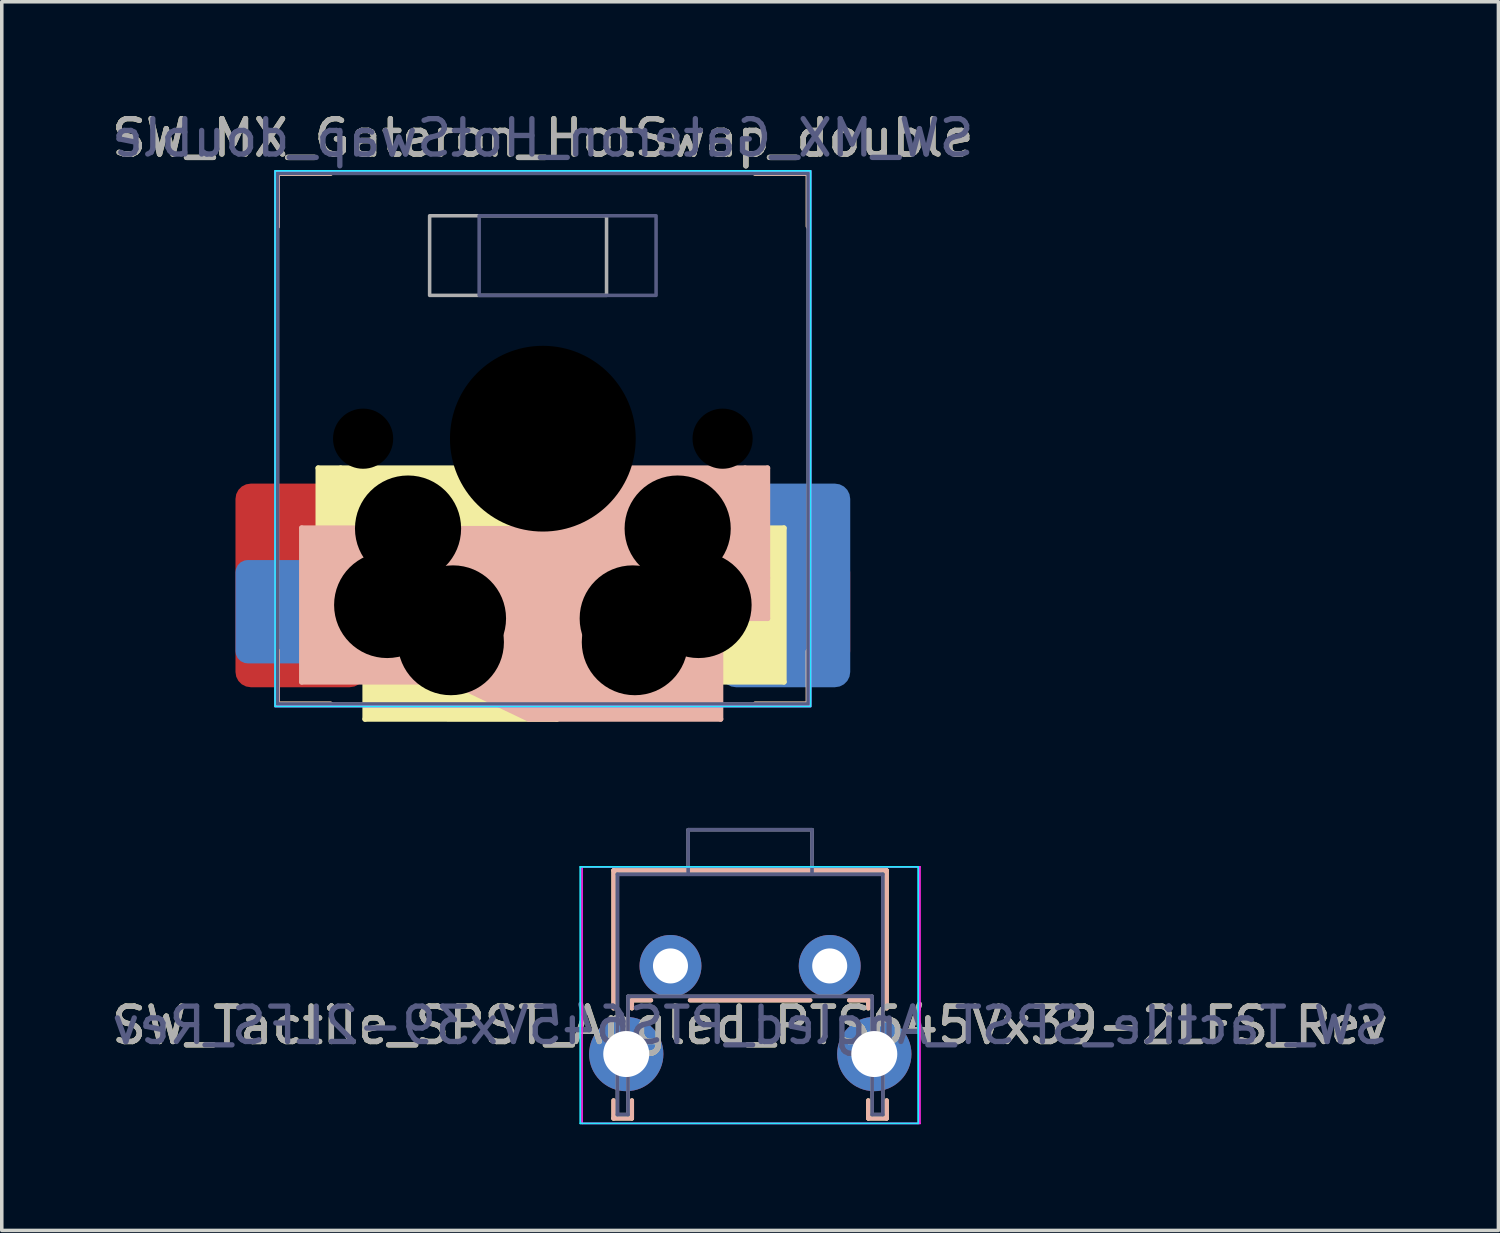
<source format=kicad_pcb>
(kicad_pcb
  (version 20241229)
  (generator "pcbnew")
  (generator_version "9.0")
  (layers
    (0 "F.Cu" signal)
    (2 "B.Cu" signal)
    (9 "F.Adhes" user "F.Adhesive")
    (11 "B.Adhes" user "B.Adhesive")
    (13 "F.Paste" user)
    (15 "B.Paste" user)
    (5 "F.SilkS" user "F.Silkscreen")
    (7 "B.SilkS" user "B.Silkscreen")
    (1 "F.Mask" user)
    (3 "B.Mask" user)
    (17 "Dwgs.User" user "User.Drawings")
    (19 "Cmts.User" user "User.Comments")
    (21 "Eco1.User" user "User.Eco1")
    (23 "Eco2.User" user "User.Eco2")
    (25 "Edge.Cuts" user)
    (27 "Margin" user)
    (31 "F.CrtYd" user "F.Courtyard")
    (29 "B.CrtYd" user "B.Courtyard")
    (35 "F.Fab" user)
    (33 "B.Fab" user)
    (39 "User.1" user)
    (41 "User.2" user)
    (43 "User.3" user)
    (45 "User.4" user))
  (footprint "SW_Tactile_SPST_Angled_PTS645Vx39-2LFS_Rev"
    (layer "F.Cu")
    (at 15.899 24.249)
    (property "Reference" "SW_Tactile_SPST_Angled_PTS645Vx39-2LFS_Rev" (at 2.25 1.68 0) (layer "F.SilkS") (effects (font (size 1 1) (thickness 0.15))))
    (attr through_hole)
    (fp_line (start -1.61 -2.7) (end -1.61 1.2) (stroke (width 0.12) (type solid)) (layer "F.SilkS"))
    (fp_line (start -1.61 -2.7) (end 6.11 -2.7) (stroke (width 0.12) (type solid)) (layer "F.SilkS"))
    (fp_line (start -1.61 3.8) (end -1.61 4.31) (stroke (width 0.12) (type solid)) (layer "F.SilkS"))
    (fp_line (start -1.61 4.31) (end -1.09 4.31) (stroke (width 0.12) (type solid)) (layer "F.SilkS"))
    (fp_line (start -1.09 0.97) (end -1.09 1.2) (stroke (width 0.12) (type solid)) (layer "F.SilkS"))
    (fp_line (start -1.09 0.97) (end -0.55 0.97) (stroke (width 0.12) (type solid)) (layer "F.SilkS"))
    (fp_line (start -1.09 3.8) (end -1.09 4.31) (stroke (width 0.12) (type solid)) (layer "F.SilkS"))
    (fp_line (start 0.55 0.97) (end 3.95 0.97) (stroke (width 0.12) (type solid)) (layer "F.SilkS"))
    (fp_line (start 5.05 0.97) (end 5.59 0.97) (stroke (width 0.12) (type solid)) (layer "F.SilkS"))
    (fp_line (start 5.59 0.97) (end 5.59 1.2) (stroke (width 0.12) (type solid)) (layer "F.SilkS"))
    (fp_line (start 5.59 3.8) (end 5.59 4.31) (stroke (width 0.12) (type solid)) (layer "F.SilkS"))
    (fp_line (start 5.59 4.31) (end 6.11 4.31) (stroke (width 0.12) (type solid)) (layer "F.SilkS"))
    (fp_line (start 6.11 -2.7) (end 6.11 1.2) (stroke (width 0.12) (type solid)) (layer "F.SilkS"))
    (fp_line (start 6.11 3.8) (end 6.11 4.31) (stroke (width 0.12) (type solid)) (layer "F.SilkS"))
    (fp_line (start -1.61 -2.7) (end -1.61 1.2) (stroke (width 0.12) (type solid)) (layer "B.SilkS"))
    (fp_line (start -1.61 3.8) (end -1.61 4.31) (stroke (width 0.12) (type solid)) (layer "B.SilkS"))
    (fp_line (start -1.09 0.97) (end -1.09 1.2) (stroke (width 0.12) (type solid)) (layer "B.SilkS"))
    (fp_line (start -1.09 3.8) (end -1.09 4.31) (stroke (width 0.12) (type solid)) (layer "B.SilkS"))
    (fp_line (start -1.09 4.31) (end -1.61 4.31) (stroke (width 0.12) (type solid)) (layer "B.SilkS"))
    (fp_line (start -0.55 0.97) (end -1.09 0.97) (stroke (width 0.12) (type solid)) (layer "B.SilkS"))
    (fp_line (start 3.95 0.97) (end 0.55 0.97) (stroke (width 0.12) (type solid)) (layer "B.SilkS"))
    (fp_line (start 5.59 0.97) (end 5.05 0.97) (stroke (width 0.12) (type solid)) (layer "B.SilkS"))
    (fp_line (start 5.59 0.97) (end 5.59 1.2) (stroke (width 0.12) (type solid)) (layer "B.SilkS"))
    (fp_line (start 5.59 3.8) (end 5.59 4.31) (stroke (width 0.12) (type solid)) (layer "B.SilkS"))
    (fp_line (start 6.11 -2.7) (end -1.61 -2.7) (stroke (width 0.12) (type solid)) (layer "B.SilkS"))
    (fp_line (start 6.11 -2.7) (end 6.11 1.2) (stroke (width 0.12) (type solid)) (layer "B.SilkS"))
    (fp_line (start 6.11 3.8) (end 6.11 4.31) (stroke (width 0.12) (type solid)) (layer "B.SilkS"))
    (fp_line (start 6.11 4.31) (end 5.59 4.31) (stroke (width 0.12) (type solid)) (layer "B.SilkS"))
    (fp_line (start -2.55 -2.8) (end -2.55 4.45) (stroke (width 0.05) (type solid)) (layer "B.CrtYd"))
    (fp_line (start -2.55 4.45) (end 7 4.45) (stroke (width 0.05) (type solid)) (layer "B.CrtYd"))
    (fp_line (start 7 -2.8) (end -2.55 -2.8) (stroke (width 0.05) (type solid)) (layer "B.CrtYd"))
    (fp_line (start 7 4.45) (end 7 -2.8) (stroke (width 0.05) (type solid)) (layer "B.CrtYd"))
    (fp_line (start -2.5 -2.8) (end 7.05 -2.8) (stroke (width 0.05) (type solid)) (layer "F.CrtYd"))
    (fp_line (start -2.5 4.45) (end -2.5 -2.8) (stroke (width 0.05) (type solid)) (layer "F.CrtYd"))
    (fp_line (start 7.05 -2.8) (end 7.05 4.45) (stroke (width 0.05) (type solid)) (layer "F.CrtYd"))
    (fp_line (start 7.05 4.45) (end -2.5 4.45) (stroke (width 0.05) (type solid)) (layer "F.CrtYd"))
    (fp_line (start -1.5 4.2) (end -1.5 -2.59) (stroke (width 0.1) (type solid)) (layer "B.Fab"))
    (fp_line (start -1.2 4.2) (end -1.5 4.2) (stroke (width 0.1) (type solid)) (layer "B.Fab"))
    (fp_line (start -1.2 4.2) (end -1.2 0.86) (stroke (width 0.1) (type solid)) (layer "B.Fab"))
    (fp_line (start 0.5 -3.85) (end 0.5 -2.59) (stroke (width 0.1) (type solid)) (layer "B.Fab"))
    (fp_line (start 4 -3.85) (end 0.5 -3.85) (stroke (width 0.1) (type solid)) (layer "B.Fab"))
    (fp_line (start 4 -3.85) (end 4 -2.59) (stroke (width 0.1) (type solid)) (layer "B.Fab"))
    (fp_line (start 5.7 0.86) (end -1.2 0.86) (stroke (width 0.1) (type solid)) (layer "B.Fab"))
    (fp_line (start 5.7 4.2) (end 5.7 0.86) (stroke (width 0.1) (type solid)) (layer "B.Fab"))
    (fp_line (start 6 -2.59) (end -1.5 -2.59) (stroke (width 0.1) (type solid)) (layer "B.Fab"))
    (fp_line (start 6 4.2) (end 5.7 4.2) (stroke (width 0.1) (type solid)) (layer "B.Fab"))
    (fp_line (start 6 4.2) (end 6 -2.59) (stroke (width 0.1) (type solid)) (layer "B.Fab"))
    (fp_line (start -1.5 -2.59) (end 6 -2.59) (stroke (width 0.1) (type solid)) (layer "F.Fab"))
    (fp_line (start -1.5 4.2) (end -1.5 -2.59) (stroke (width 0.1) (type solid)) (layer "F.Fab"))
    (fp_line (start -1.5 4.2) (end -1.2 4.2) (stroke (width 0.1) (type solid)) (layer "F.Fab"))
    (fp_line (start -1.2 0.86) (end 5.7 0.86) (stroke (width 0.1) (type solid)) (layer "F.Fab"))
    (fp_line (start -1.2 4.2) (end -1.2 0.86) (stroke (width 0.1) (type solid)) (layer "F.Fab"))
    (fp_line (start 0.5 -3.85) (end 0.5 -2.59) (stroke (width 0.1) (type solid)) (layer "F.Fab"))
    (fp_line (start 0.5 -3.85) (end 4 -3.85) (stroke (width 0.1) (type solid)) (layer "F.Fab"))
    (fp_line (start 4 -3.85) (end 4 -2.59) (stroke (width 0.1) (type solid)) (layer "F.Fab"))
    (fp_line (start 5.7 4.2) (end 5.7 0.86) (stroke (width 0.1) (type solid)) (layer "F.Fab"))
    (fp_line (start 5.7 4.2) (end 6 4.2) (stroke (width 0.1) (type solid)) (layer "F.Fab"))
    (fp_line (start 6 4.2) (end 6 -2.59) (stroke (width 0.1) (type solid)) (layer "F.Fab"))
    (fp_text user "${REFERENCE}" (at 2.25 1.68 0) (layer "B.Fab") (effects (font (size 1 1) (thickness 0.15)) (justify mirror)))
    (fp_text user "${REFERENCE}" (at 2.25 1.68 0) (layer "F.Fab") (effects (font (size 1 1) (thickness 0.15))))
    (pad "" thru_hole circle (at -1.25 2.49) (size 2.1 2.1) (drill 1.3) (layers "*.Cu" "*.Mask"))
    (pad "" thru_hole circle (at 5.76 2.49) (size 2.1 2.1) (drill 1.3) (layers "*.Cu" "*.Mask"))
    (pad "1" thru_hole circle (at 0 0) (size 1.75 1.75) (drill 0.99) (layers "*.Cu" "*.Mask"))
    (pad "2" thru_hole circle (at 4.5 0) (size 1.75 1.75) (drill 0.99) (layers "*.Cu" "*.Mask")))
  (footprint "SW_MX_Gateron_HotSwap_double"
    (layer "F.Cu")
    (at 12.292 9.348)
    (property "Reference" "SW_MX_Gateron_HotSwap_double" (at 0 -8.5 0) (unlocked yes) (layer "F.SilkS") (effects (font (size 1 1) (thickness 0.15))))
    (attr through_hole)
    (fp_line (start -7.5 -7.5) (end -7.5 -6) (stroke (width 0.14) (type solid)) (layer "F.SilkS"))
    (fp_line (start -7.5 -7.5) (end -6 -7.5) (stroke (width 0.14) (type solid)) (layer "F.SilkS"))
    (fp_line (start -7.5 7.5) (end -7.5 6) (stroke (width 0.14) (type solid)) (layer "F.SilkS"))
    (fp_line (start -7.5 7.5) (end -6 7.5) (stroke (width 0.14) (type solid)) (layer "F.SilkS"))
    (fp_line (start -6.35 0.83) (end -6.35 3.937) (stroke (width 0.15) (type solid)) (layer "F.SilkS"))
    (fp_line (start -6.35 0.83) (end -5.715 0.83) (stroke (width 0.15) (type solid)) (layer "F.SilkS"))
    (fp_line (start -6.35 3.937) (end -6.35 5.08) (stroke (width 0.15) (type solid)) (layer "F.SilkS"))
    (fp_line (start -6.35 5.08) (end -3.937 5.08) (stroke (width 0.15) (type solid)) (layer "F.SilkS"))
    (fp_line (start -5.715 0.83) (end -2.413 0.83) (stroke (width 0.15) (type solid)) (layer "F.SilkS"))
    (fp_line (start -5.025 3.575) (end -5.025 7.925) (stroke (width 0.15) (type solid)) (layer "F.SilkS"))
    (fp_line (start -5.025 3.575) (end 0.395 3.575) (stroke (width 0.15) (type solid)) (layer "F.SilkS"))
    (fp_line (start -5.025 7.925) (end 0.395 7.926) (stroke (width 0.15) (type solid)) (layer "F.SilkS"))
    (fp_line (start 2.595 2.525) (end 0.395 3.575) (stroke (width 0.15) (type solid)) (layer "F.SilkS"))
    (fp_line (start 2.595 6.875) (end 0.395 7.925) (stroke (width 0.15) (type solid)) (layer "F.SilkS"))
    (fp_line (start 5.08 2.54) (end 0 2.54) (stroke (width 0.15) (type solid)) (layer "F.SilkS"))
    (fp_line (start 5.08 2.54) (end 5.08 6.477) (stroke (width 0.15) (type solid)) (layer "F.SilkS"))
    (fp_line (start 5.08 6.477) (end 5.08 6.79) (stroke (width 0.15) (type solid)) (layer "F.SilkS"))
    (fp_line (start 5.08 6.79) (end -1.421 6.79) (stroke (width 0.15) (type solid)) (layer "F.SilkS"))
    (fp_line (start 6.815 2.525) (end 2.595 2.525) (stroke (width 0.15) (type solid)) (layer "F.SilkS"))
    (fp_line (start 6.815 2.525) (end 6.815 6.875) (stroke (width 0.15) (type solid)) (layer "F.SilkS"))
    (fp_line (start 6.815 6.875) (end 2.595 6.875) (stroke (width 0.15) (type solid)) (layer "F.SilkS"))
    (fp_line (start 7.5 -7.5) (end 6 -7.5) (stroke (width 0.14) (type solid)) (layer "F.SilkS"))
    (fp_line (start 7.5 -7.5) (end 7.5 -6) (stroke (width 0.14) (type solid)) (layer "F.SilkS"))
    (fp_line (start 7.5 7.5) (end 6 7.5) (stroke (width 0.14) (type solid)) (layer "F.SilkS"))
    (fp_line (start 7.5 7.5) (end 7.5 6) (stroke (width 0.14) (type solid)) (layer "F.SilkS"))
    (fp_arc (start -3.937 5.08) (mid -2.403572 5.529859) (end -1.420812 6.79) (stroke (width 0.15) (type solid)) (layer "F.SilkS"))
    (fp_arc (start 0 2.54) (mid -1.480188 2.071204) (end -2.413 0.83) (stroke (width 0.15) (type solid)) (layer "F.SilkS"))
    (fp_poly (pts (xy -3.937 5.08) (xy -1.421 6.79) (xy 6.815 6.875) (xy 6.815 2.525) (xy 0 2.54) (xy -2.413 0.83) (xy -6.35 0.83) (xy -6.35 5.08)) (stroke (width 0.1) (type solid)) (fill yes) (layer "F.SilkS"))
    (fp_poly (pts (xy -5.025 3.575) (xy 0.395 3.575) (xy 2.54 2.54) (xy 5.08 2.54) (xy 5.08 6.79) (xy 2.595 6.875) (xy 0.395 7.925) (xy 0.395 7.926) (xy -0.405 7.926) (xy -0.405 7.925) (xy -5.025 7.925)) (stroke (width 0.1) (type solid)) (fill yes) (layer "F.SilkS"))
    (fp_line (start -7.5 -7.5) (end -7.5 -6) (stroke (width 0.14) (type solid)) (layer "B.SilkS"))
    (fp_line (start -7.5 -7.5) (end -6 -7.5) (stroke (width 0.14) (type solid)) (layer "B.SilkS"))
    (fp_line (start -7.5 7.5) (end -7.5 6) (stroke (width 0.14) (type solid)) (layer "B.SilkS"))
    (fp_line (start -7.5 7.5) (end -6 7.5) (stroke (width 0.14) (type solid)) (layer "B.SilkS"))
    (fp_line (start -6.815 2.525) (end -6.815 6.875) (stroke (width 0.15) (type solid)) (layer "B.SilkS"))
    (fp_line (start -6.815 2.525) (end -2.595 2.525) (stroke (width 0.15) (type solid)) (layer "B.SilkS"))
    (fp_line (start -6.815 6.875) (end -2.595 6.875) (stroke (width 0.15) (type solid)) (layer "B.SilkS"))
    (fp_line (start -5.08 2.54) (end -5.08 6.477) (stroke (width 0.15) (type solid)) (layer "B.SilkS"))
    (fp_line (start -5.08 2.54) (end 0 2.54) (stroke (width 0.15) (type solid)) (layer "B.SilkS"))
    (fp_line (start -5.08 6.477) (end -5.08 6.79) (stroke (width 0.15) (type solid)) (layer "B.SilkS"))
    (fp_line (start -5.08 6.79) (end 1.421 6.79) (stroke (width 0.15) (type solid)) (layer "B.SilkS"))
    (fp_line (start -2.595 2.525) (end -0.395 3.575) (stroke (width 0.15) (type solid)) (layer "B.SilkS"))
    (fp_line (start -2.595 6.875) (end -0.395 7.925) (stroke (width 0.15) (type solid)) (layer "B.SilkS"))
    (fp_line (start 5.025 3.575) (end -0.395 3.575) (stroke (width 0.15) (type solid)) (layer "B.SilkS"))
    (fp_line (start 5.025 3.575) (end 5.025 7.925) (stroke (width 0.15) (type solid)) (layer "B.SilkS"))
    (fp_line (start 5.025 7.925) (end -0.395 7.925) (stroke (width 0.15) (type solid)) (layer "B.SilkS"))
    (fp_line (start 5.715 0.83) (end 2.413 0.83) (stroke (width 0.15) (type solid)) (layer "B.SilkS"))
    (fp_line (start 6.35 0.83) (end 5.715 0.83) (stroke (width 0.15) (type solid)) (layer "B.SilkS"))
    (fp_line (start 6.35 0.83) (end 6.35 3.937) (stroke (width 0.15) (type solid)) (layer "B.SilkS"))
    (fp_line (start 6.35 3.937) (end 6.35 5.08) (stroke (width 0.15) (type solid)) (layer "B.SilkS"))
    (fp_line (start 6.35 5.08) (end 3.937 5.08) (stroke (width 0.15) (type solid)) (layer "B.SilkS"))
    (fp_line (start 7.5 -7.5) (end 6 -7.5) (stroke (width 0.14) (type solid)) (layer "B.SilkS"))
    (fp_line (start 7.5 -7.5) (end 7.5 -6) (stroke (width 0.14) (type solid)) (layer "B.SilkS"))
    (fp_line (start 7.5 7.5) (end 6 7.5) (stroke (width 0.14) (type solid)) (layer "B.SilkS"))
    (fp_line (start 7.5 7.5) (end 7.5 6) (stroke (width 0.14) (type solid)) (layer "B.SilkS"))
    (fp_arc (start 1.420812 6.79) (mid 2.403572 5.529859) (end 3.937 5.08) (stroke (width 0.15) (type solid)) (layer "B.SilkS"))
    (fp_arc (start 2.413 0.83) (mid 1.480188 2.071204) (end 0 2.54) (stroke (width 0.15) (type solid)) (layer "B.SilkS"))
    (fp_poly (pts (xy 2.413 0.83) (xy 0 2.54) (xy -6.815 2.525) (xy -6.815 6.875) (xy 1.421 6.79) (xy 3.937 5.08) (xy 6.35 5.08) (xy 6.35 0.83)) (stroke (width 0.1) (type solid)) (fill yes) (layer "B.SilkS"))
    (fp_poly (pts (xy -0.395 3.575) (xy 5.025 3.575) (xy 5.025 7.925) (xy 0.405 7.925) (xy 0.405 7.92) (xy -0.395 7.92) (xy -0.395 7.925) (xy -2.595 6.875) (xy -6.815 6.875) (xy -6.815 2.525) (xy -2.595 2.525)) (stroke (width 0.1) (type solid)) (fill yes) (layer "B.SilkS"))
    (fp_rect (start 7.569 -7.569) (end -7.569 7.569) (stroke (width 0.05) (type default)) (fill no) (layer "B.CrtYd"))
    (fp_rect (start -7.569 -7.569) (end 7.569 7.569) (stroke (width 0.05) (type default)) (fill no) (layer "F.CrtYd"))
    (fp_rect (start -7.5 -7.5) (end 7.5 7.5) (stroke (width 0.1) (type solid)) (fill no) (layer "B.Fab"))
    (fp_rect (start 3.2 -6.3) (end -1.8 -4.05) (stroke (width 0.1) (type default)) (fill no) (layer "B.Fab"))
    (fp_poly (pts (xy 2 -0.625) (xy 0.55 -0.625) (xy 0.55 -2) (xy -0.55 -2) (xy -0.55 -0.625) (xy -2 -0.625) (xy -2 0.625) (xy -0.55 0.625) (xy -0.55 2) (xy 0.55 2) (xy 0.55 0.625) (xy 2 0.625)) (stroke (width 0.1) (type solid)) (fill no) (layer "B.Fab"))
    (fp_rect (start -3.2 -6.3) (end 1.8 -4.05) (stroke (width 0.1) (type default)) (fill no) (layer "F.Fab"))
    (fp_rect (start 7.5 -7.5) (end -7.5 7.5) (stroke (width 0.1) (type solid)) (fill no) (layer "F.Fab"))
    (fp_poly (pts (xy -2 -0.625) (xy -0.55 -0.625) (xy -0.55 -2) (xy 0.55 -2) (xy 0.55 -0.625) (xy 2 -0.625) (xy 2 0.625) (xy 0.55 0.625) (xy 0.55 2) (xy -0.55 2) (xy -0.55 0.625) (xy -2 0.625)) (stroke (width 0.1) (type solid)) (fill no) (layer "F.Fab"))
    (fp_text user "${REFERENCE}" (at 0 -8.5 0) (unlocked yes) (layer "B.Fab") (effects (font (size 1 1) (thickness 0.15)) (justify mirror)))
    (fp_text user "${REFERENCE}" (at 0 -8.5 0) (unlocked yes) (layer "F.Fab") (effects (font (size 1 1) (thickness 0.15))))
    (pad "" np_thru_hole circle (at -5.08 0) (size 1.7 1.7) (drill 1.7) (layers "*.Mask"))
    (pad "" np_thru_hole circle (at -4.4 4.7) (size 3 3) (drill 3) (layers "*.Mask"))
    (pad "" np_thru_hole circle (at -3.81 2.54) (size 3 3) (drill 3) (layers "*.Mask"))
    (pad "" np_thru_hole circle (at -2.6 5.75) (size 3 3) (drill 3) (layers "*.Mask"))
    (pad "" np_thru_hole circle (at -2.54 5.08) (size 3 3) (drill 3) (layers "*.Mask"))
    (pad "" np_thru_hole circle (at 0 0) (size 5.25 5.25) (drill 5.25) (layers "*.Mask"))
    (pad "" np_thru_hole circle (at 2.54 5.08) (size 3 3) (drill 3) (layers "*.Mask"))
    (pad "" np_thru_hole circle (at 2.6 5.75) (size 3 3) (drill 3) (layers "*.Mask"))
    (pad "" np_thru_hole circle (at 3.81 2.54) (size 3 3) (drill 3) (layers "*.Mask"))
    (pad "" np_thru_hole circle (at 4.4 4.7) (size 3 3) (drill 3) (layers "*.Mask"))
    (pad "" np_thru_hole circle (at 5.08 0) (size 1.7 1.7) (drill 1.7) (layers "*.Mask"))
    (pad "1" smd roundrect (at 6.828 4.89) (size 3.717 2.92) (layers "F.Cu" "F.Mask" "F.Paste") (roundrect_rratio 0.118))
    (pad "1" smd roundrect (at 6.856 4.147) (size 3.662 5.755) (layers "B.Cu" "B.Mask" "B.Paste") (roundrect_rratio 0.118))
    (pad "2" smd roundrect (at -6.856 4.147) (size 3.662 5.755) (layers "F.Cu" "F.Mask" "F.Paste") (roundrect_rratio 0.118))
    (pad "2" smd roundrect (at -6.828 4.89) (size 3.717 2.92) (layers "B.Cu" "B.Mask" "B.Paste") (roundrect_rratio 0.118)))
  (gr_rect
    (start -3 -3)
    (end 39.298 31.724)
    (stroke (width 0.1) (type default))
    (fill no)
    (layer "Edge.Cuts")))
</source>
